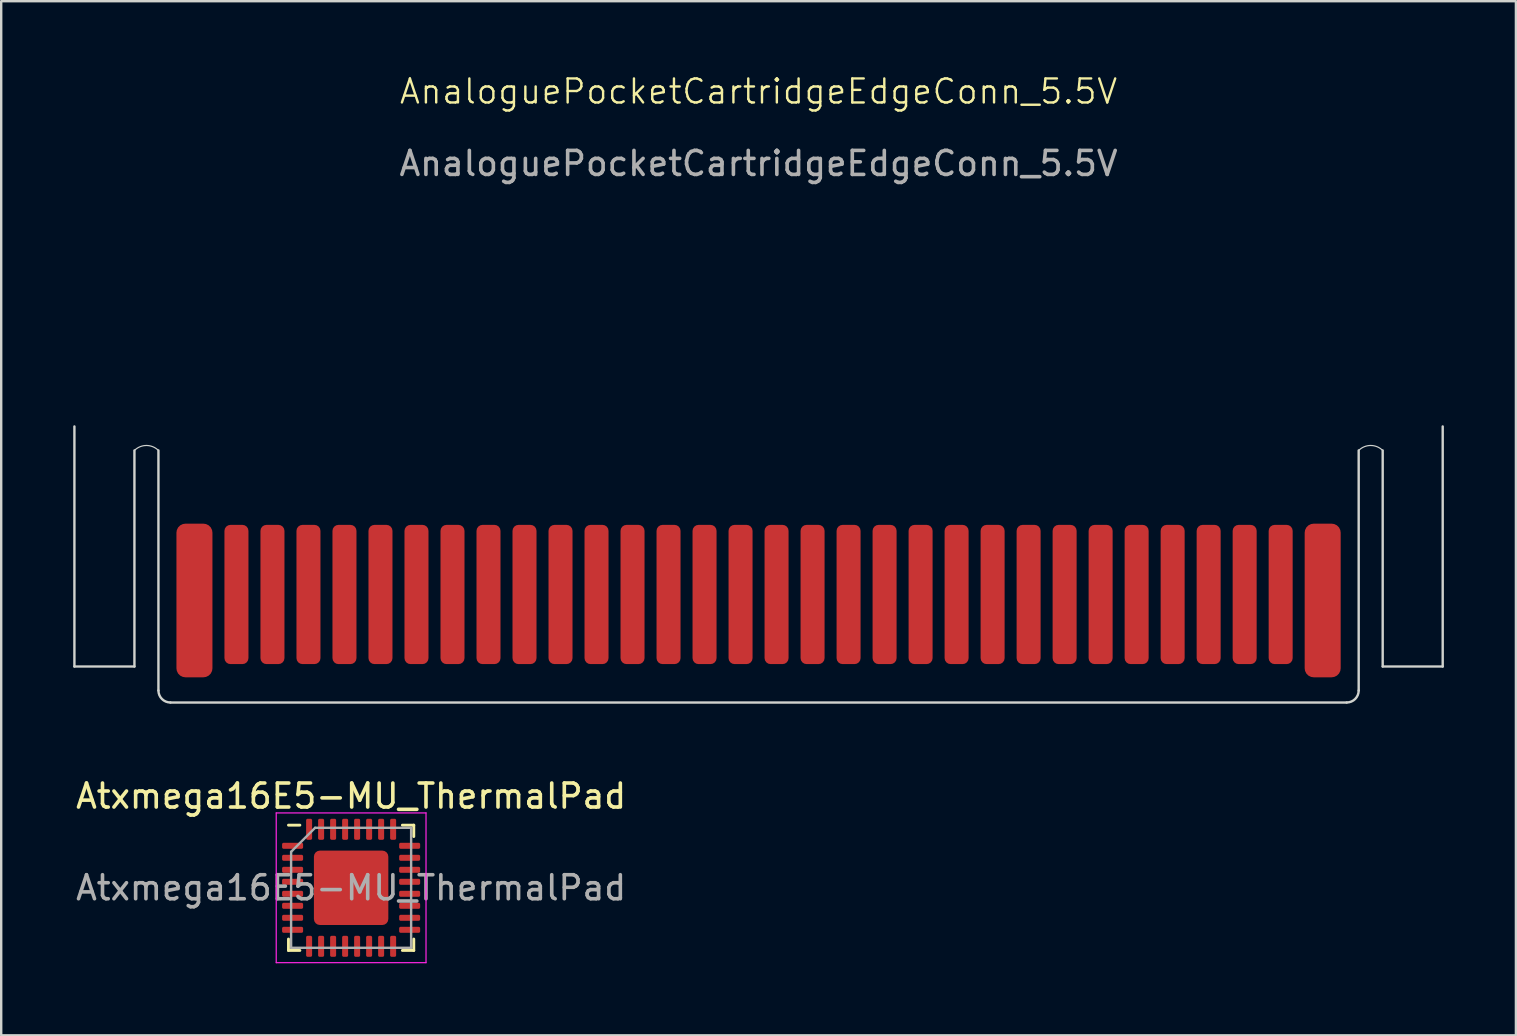
<source format=kicad_pcb>
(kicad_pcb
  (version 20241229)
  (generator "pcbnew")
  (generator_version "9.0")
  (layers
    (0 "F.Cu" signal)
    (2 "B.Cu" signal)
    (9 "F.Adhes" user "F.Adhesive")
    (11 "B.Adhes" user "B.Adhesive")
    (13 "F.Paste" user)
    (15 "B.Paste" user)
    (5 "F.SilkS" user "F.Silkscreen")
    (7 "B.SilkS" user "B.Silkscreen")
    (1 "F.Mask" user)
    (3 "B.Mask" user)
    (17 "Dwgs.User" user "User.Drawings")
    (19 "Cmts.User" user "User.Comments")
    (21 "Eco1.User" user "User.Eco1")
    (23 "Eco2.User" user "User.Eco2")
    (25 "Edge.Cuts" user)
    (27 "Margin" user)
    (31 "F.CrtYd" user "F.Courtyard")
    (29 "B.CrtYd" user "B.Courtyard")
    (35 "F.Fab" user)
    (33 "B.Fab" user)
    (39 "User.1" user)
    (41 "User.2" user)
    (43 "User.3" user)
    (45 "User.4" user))
  (footprint "AnaloguePocketCartridgeEdgeConn_5.5V"
    (layer "F.Cu")
    (at 28.55 21.715)
    (property "Reference" "AnaloguePocketCartridgeEdgeConn_5.5V" (at 0 -20.955 0) (unlocked yes) (layer "F.SilkS") (effects (font (size 1 1) (thickness 0.1))))
    (attr smd)
    (fp_line (start -28.5 3) (end -28.5 -7) (stroke (width 0.1) (type default)) (layer "Edge.Cuts"))
    (fp_line (start -26 -6) (end -26 3) (stroke (width 0.1) (type default)) (layer "Edge.Cuts"))
    (fp_line (start -26 3) (end -28.5 3) (stroke (width 0.1) (type default)) (layer "Edge.Cuts"))
    (fp_line (start -25 4) (end -25 -6) (stroke (width 0.1) (type default)) (layer "Edge.Cuts"))
    (fp_line (start -24.5 4.5) (end 24.5 4.5) (stroke (width 0.1) (type default)) (layer "Edge.Cuts"))
    (fp_line (start 25 4) (end 25 -6) (stroke (width 0.1) (type default)) (layer "Edge.Cuts"))
    (fp_line (start 26 -6) (end 26 3) (stroke (width 0.1) (type default)) (layer "Edge.Cuts"))
    (fp_line (start 26 3) (end 28.5 3) (stroke (width 0.1) (type default)) (layer "Edge.Cuts"))
    (fp_line (start 28.5 3) (end 28.5 -7) (stroke (width 0.1) (type default)) (layer "Edge.Cuts"))
    (fp_arc (start -25.999999 -5.999999) (mid -25.5 -6.207105) (end -25.000001 -5.999999) (stroke (width 0.05) (type default)) (layer "Edge.Cuts"))
    (fp_arc (start -24.5 4.5) (mid -24.853553 4.353553) (end -25 4) (stroke (width 0.1) (type default)) (layer "Edge.Cuts"))
    (fp_arc (start 25 4) (mid 24.853553 4.353553) (end 24.5 4.5) (stroke (width 0.1) (type default)) (layer "Edge.Cuts"))
    (fp_arc (start 25.000001 -5.999999) (mid 25.5 -6.207105) (end 25.999999 -5.999999) (stroke (width 0.05) (type default)) (layer "Edge.Cuts"))
    (fp_text user "${REFERENCE}" (at 0 -17.955 0) (unlocked yes) (layer "F.Fab") (effects (font (size 1 1) (thickness 0.15))))
    (pad "1" smd roundrect (at -23.5 0.25 90) (size 6.4 1.5) (layers "F.Cu" "F.Mask") (roundrect_rratio 0.25))
    (pad "2" smd roundrect (at -21.75 0 90) (size 5.8 1) (layers "F.Cu" "F.Mask") (roundrect_rratio 0.25))
    (pad "3" smd roundrect (at -20.25 0 90) (size 5.8 1) (layers "F.Cu" "F.Mask") (roundrect_rratio 0.25))
    (pad "4" smd roundrect (at -18.75 0 90) (size 5.8 1) (layers "F.Cu" "F.Mask") (roundrect_rratio 0.25))
    (pad "5" smd roundrect (at -17.25 0 90) (size 5.8 1) (layers "F.Cu" "F.Mask") (roundrect_rratio 0.25))
    (pad "6" smd roundrect (at -15.75 0 90) (size 5.8 1) (layers "F.Cu" "F.Mask") (roundrect_rratio 0.25))
    (pad "7" smd roundrect (at -14.25 0 90) (size 5.8 1) (layers "F.Cu" "F.Mask") (roundrect_rratio 0.25))
    (pad "8" smd roundrect (at -12.75 0 90) (size 5.8 1) (layers "F.Cu" "F.Mask") (roundrect_rratio 0.25))
    (pad "9" smd roundrect (at -11.25 0 90) (size 5.8 1) (layers "F.Cu" "F.Mask") (roundrect_rratio 0.25))
    (pad "10" smd roundrect (at -9.75 0 90) (size 5.8 1) (layers "F.Cu" "F.Mask") (roundrect_rratio 0.25))
    (pad "11" smd roundrect (at -8.25 0 90) (size 5.8 1) (layers "F.Cu" "F.Mask") (roundrect_rratio 0.25))
    (pad "12" smd roundrect (at -6.75 0 90) (size 5.8 1) (layers "F.Cu" "F.Mask") (roundrect_rratio 0.25))
    (pad "13" smd roundrect (at -5.25 0 90) (size 5.8 1) (layers "F.Cu" "F.Mask") (roundrect_rratio 0.25))
    (pad "14" smd roundrect (at -3.75 0 90) (size 5.8 1) (layers "F.Cu" "F.Mask") (roundrect_rratio 0.25))
    (pad "15" smd roundrect (at -2.25 0 90) (size 5.8 1) (layers "F.Cu" "F.Mask") (roundrect_rratio 0.25))
    (pad "16" smd roundrect (at -0.75 0 90) (size 5.8 1) (layers "F.Cu" "F.Mask") (roundrect_rratio 0.25))
    (pad "17" smd roundrect (at 0.75 0 90) (size 5.8 1) (layers "F.Cu" "F.Mask") (roundrect_rratio 0.25))
    (pad "18" smd roundrect (at 2.25 0 90) (size 5.8 1) (layers "F.Cu" "F.Mask") (roundrect_rratio 0.25))
    (pad "19" smd roundrect (at 3.75 0 90) (size 5.8 1) (layers "F.Cu" "F.Mask") (roundrect_rratio 0.25))
    (pad "20" smd roundrect (at 5.25 0 90) (size 5.8 1) (layers "F.Cu" "F.Mask") (roundrect_rratio 0.25))
    (pad "21" smd roundrect (at 6.75 0 90) (size 5.8 1) (layers "F.Cu" "F.Mask") (roundrect_rratio 0.25))
    (pad "22" smd roundrect (at 8.25 0 90) (size 5.8 1) (layers "F.Cu" "F.Mask") (roundrect_rratio 0.25))
    (pad "23" smd roundrect (at 9.75 0 90) (size 5.8 1) (layers "F.Cu" "F.Mask") (roundrect_rratio 0.25))
    (pad "24" smd roundrect (at 11.25 0 90) (size 5.8 1) (layers "F.Cu" "F.Mask") (roundrect_rratio 0.25))
    (pad "25" smd roundrect (at 12.75 0 90) (size 5.8 1) (layers "F.Cu" "F.Mask") (roundrect_rratio 0.25))
    (pad "26" smd roundrect (at 14.25 0 90) (size 5.8 1) (layers "F.Cu" "F.Mask") (roundrect_rratio 0.25))
    (pad "27" smd roundrect (at 15.75 0 90) (size 5.8 1) (layers "F.Cu" "F.Mask") (roundrect_rratio 0.25))
    (pad "28" smd roundrect (at 17.25 0 90) (size 5.8 1) (layers "F.Cu" "F.Mask") (roundrect_rratio 0.25))
    (pad "29" smd roundrect (at 18.75 0 90) (size 5.8 1) (layers "F.Cu" "F.Mask") (roundrect_rratio 0.25))
    (pad "30" smd roundrect (at 20.25 0 90) (size 5.8 1) (layers "F.Cu" "F.Mask") (roundrect_rratio 0.25))
    (pad "31" smd roundrect (at 21.75 0 90) (size 5.8 1) (layers "F.Cu" "F.Mask") (roundrect_rratio 0.25))
    (pad "32" smd roundrect (at 23.5 0.25 90) (size 6.4 1.5) (layers "F.Cu" "F.Mask") (roundrect_rratio 0.25)))
  (footprint "Atxmega16E5-MU_ThermalPad"
    (layer "F.Cu")
    (at 11.577 33.934)
    (property "Reference" "Atxmega16E5-MU_ThermalPad" (at 0 -3.82 0) (layer "F.SilkS") (effects (font (size 1 1) (thickness 0.15))))
    (attr smd)
    (fp_line (start -2.61 2.61) (end -2.61 2.135) (stroke (width 0.12) (type solid)) (layer "F.SilkS"))
    (fp_line (start -2.135 -2.61) (end -2.61 -2.61) (stroke (width 0.12) (type solid)) (layer "F.SilkS"))
    (fp_line (start -2.135 2.61) (end -2.61 2.61) (stroke (width 0.12) (type solid)) (layer "F.SilkS"))
    (fp_line (start 2.135 -2.61) (end 2.61 -2.61) (stroke (width 0.12) (type solid)) (layer "F.SilkS"))
    (fp_line (start 2.135 2.61) (end 2.61 2.61) (stroke (width 0.12) (type solid)) (layer "F.SilkS"))
    (fp_line (start 2.61 -2.61) (end 2.61 -2.135) (stroke (width 0.12) (type solid)) (layer "F.SilkS"))
    (fp_line (start 2.61 2.61) (end 2.61 2.135) (stroke (width 0.12) (type solid)) (layer "F.SilkS"))
    (fp_line (start -3.12 -3.12) (end -3.12 3.12) (stroke (width 0.05) (type solid)) (layer "F.CrtYd"))
    (fp_line (start -3.12 3.12) (end 3.12 3.12) (stroke (width 0.05) (type solid)) (layer "F.CrtYd"))
    (fp_line (start 3.12 -3.12) (end -3.12 -3.12) (stroke (width 0.05) (type solid)) (layer "F.CrtYd"))
    (fp_line (start 3.12 3.12) (end 3.12 -3.12) (stroke (width 0.05) (type solid)) (layer "F.CrtYd"))
    (fp_line (start -2.5 -1.5) (end -1.5 -2.5) (stroke (width 0.1) (type solid)) (layer "F.Fab"))
    (fp_line (start -2.5 2.5) (end -2.5 -1.5) (stroke (width 0.1) (type solid)) (layer "F.Fab"))
    (fp_line (start -1.5 -2.5) (end 2.5 -2.5) (stroke (width 0.1) (type solid)) (layer "F.Fab"))
    (fp_line (start 2.5 -2.5) (end 2.5 2.5) (stroke (width 0.1) (type solid)) (layer "F.Fab"))
    (fp_line (start 2.5 2.5) (end -2.5 2.5) (stroke (width 0.1) (type solid)) (layer "F.Fab"))
    (fp_text user "${REFERENCE}" (at 0 0 0) (layer "F.Fab") (effects (font (size 1 1) (thickness 0.15))))
    (pad "" smd roundrect (at -1.03 -1.03) (size 0.83 0.83) (layers "F.Paste") (roundrect_rratio 0.25))
    (pad "" smd roundrect (at -1.03 0) (size 0.83 0.83) (layers "F.Paste") (roundrect_rratio 0.25))
    (pad "" smd roundrect (at -1.03 1.03) (size 0.83 0.83) (layers "F.Paste") (roundrect_rratio 0.25))
    (pad "" smd roundrect (at 0 -1.03) (size 0.83 0.83) (layers "F.Paste") (roundrect_rratio 0.25))
    (pad "" smd roundrect (at 0 0) (size 0.83 0.83) (layers "F.Paste") (roundrect_rratio 0.25))
    (pad "" smd roundrect (at 0 1.03) (size 0.83 0.83) (layers "F.Paste") (roundrect_rratio 0.25))
    (pad "" smd roundrect (at 1.03 -1.03) (size 0.83 0.83) (layers "F.Paste") (roundrect_rratio 0.25))
    (pad "" smd roundrect (at 1.03 0) (size 0.83 0.83) (layers "F.Paste") (roundrect_rratio 0.25))
    (pad "" smd roundrect (at 1.03 1.03) (size 0.83 0.83) (layers "F.Paste") (roundrect_rratio 0.25))
    (pad "1" smd roundrect (at -2.438 -1.75) (size 0.875 0.25) (layers "F.Cu" "F.Mask" "F.Paste") (roundrect_rratio 0.25))
    (pad "2" smd roundrect (at -2.438 -1.25) (size 0.875 0.25) (layers "F.Cu" "F.Mask" "F.Paste") (roundrect_rratio 0.25))
    (pad "3" smd roundrect (at -2.438 -0.75) (size 0.875 0.25) (layers "F.Cu" "F.Mask" "F.Paste") (roundrect_rratio 0.25))
    (pad "4" smd roundrect (at -2.438 -0.25) (size 0.875 0.25) (layers "F.Cu" "F.Mask" "F.Paste") (roundrect_rratio 0.25))
    (pad "5" smd roundrect (at -2.438 0.25) (size 0.875 0.25) (layers "F.Cu" "F.Mask" "F.Paste") (roundrect_rratio 0.25))
    (pad "6" smd roundrect (at -2.438 0.75) (size 0.875 0.25) (layers "F.Cu" "F.Mask" "F.Paste") (roundrect_rratio 0.25))
    (pad "7" smd roundrect (at -2.438 1.25) (size 0.875 0.25) (layers "F.Cu" "F.Mask" "F.Paste") (roundrect_rratio 0.25))
    (pad "8" smd roundrect (at -2.438 1.75) (size 0.875 0.25) (layers "F.Cu" "F.Mask" "F.Paste") (roundrect_rratio 0.25))
    (pad "9" smd roundrect (at -1.75 2.438) (size 0.25 0.875) (layers "F.Cu" "F.Mask" "F.Paste") (roundrect_rratio 0.25))
    (pad "10" smd roundrect (at -1.25 2.438) (size 0.25 0.875) (layers "F.Cu" "F.Mask" "F.Paste") (roundrect_rratio 0.25))
    (pad "11" smd roundrect (at -0.75 2.438) (size 0.25 0.875) (layers "F.Cu" "F.Mask" "F.Paste") (roundrect_rratio 0.25))
    (pad "12" smd roundrect (at -0.25 2.438) (size 0.25 0.875) (layers "F.Cu" "F.Mask" "F.Paste") (roundrect_rratio 0.25))
    (pad "13" smd roundrect (at 0.25 2.438) (size 0.25 0.875) (layers "F.Cu" "F.Mask" "F.Paste") (roundrect_rratio 0.25))
    (pad "14" smd roundrect (at 0.75 2.438) (size 0.25 0.875) (layers "F.Cu" "F.Mask" "F.Paste") (roundrect_rratio 0.25))
    (pad "15" smd roundrect (at 1.25 2.438) (size 0.25 0.875) (layers "F.Cu" "F.Mask" "F.Paste") (roundrect_rratio 0.25))
    (pad "16" smd roundrect (at 1.75 2.438) (size 0.25 0.875) (layers "F.Cu" "F.Mask" "F.Paste") (roundrect_rratio 0.25))
    (pad "17" smd roundrect (at 2.438 1.75) (size 0.875 0.25) (layers "F.Cu" "F.Mask" "F.Paste") (roundrect_rratio 0.25))
    (pad "18" smd roundrect (at 2.438 1.25) (size 0.875 0.25) (layers "F.Cu" "F.Mask" "F.Paste") (roundrect_rratio 0.25))
    (pad "19" smd roundrect (at 2.438 0.75) (size 0.875 0.25) (layers "F.Cu" "F.Mask" "F.Paste") (roundrect_rratio 0.25))
    (pad "20" smd roundrect (at 2.438 0.25) (size 0.875 0.25) (layers "F.Cu" "F.Mask" "F.Paste") (roundrect_rratio 0.25))
    (pad "21" smd roundrect (at 2.438 -0.25) (size 0.875 0.25) (layers "F.Cu" "F.Mask" "F.Paste") (roundrect_rratio 0.25))
    (pad "22" smd roundrect (at 2.438 -0.75) (size 0.875 0.25) (layers "F.Cu" "F.Mask" "F.Paste") (roundrect_rratio 0.25))
    (pad "23" smd roundrect (at 2.438 -1.25) (size 0.875 0.25) (layers "F.Cu" "F.Mask" "F.Paste") (roundrect_rratio 0.25))
    (pad "24" smd roundrect (at 2.438 -1.75) (size 0.875 0.25) (layers "F.Cu" "F.Mask" "F.Paste") (roundrect_rratio 0.25))
    (pad "25" smd roundrect (at 1.75 -2.438) (size 0.25 0.875) (layers "F.Cu" "F.Mask" "F.Paste") (roundrect_rratio 0.25))
    (pad "26" smd roundrect (at 1.25 -2.438) (size 0.25 0.875) (layers "F.Cu" "F.Mask" "F.Paste") (roundrect_rratio 0.25))
    (pad "27" smd roundrect (at 0.75 -2.438) (size 0.25 0.875) (layers "F.Cu" "F.Mask" "F.Paste") (roundrect_rratio 0.25))
    (pad "28" smd roundrect (at 0.25 -2.438) (size 0.25 0.875) (layers "F.Cu" "F.Mask" "F.Paste") (roundrect_rratio 0.25))
    (pad "29" smd roundrect (at -0.25 -2.438) (size 0.25 0.875) (layers "F.Cu" "F.Mask" "F.Paste") (roundrect_rratio 0.25))
    (pad "30" smd roundrect (at -0.75 -2.438) (size 0.25 0.875) (layers "F.Cu" "F.Mask" "F.Paste") (roundrect_rratio 0.25))
    (pad "31" smd roundrect (at -1.25 -2.438) (size 0.25 0.875) (layers "F.Cu" "F.Mask" "F.Paste") (roundrect_rratio 0.25))
    (pad "32" smd roundrect (at -1.75 -2.438) (size 0.25 0.875) (layers "F.Cu" "F.Mask" "F.Paste") (roundrect_rratio 0.25))
    (pad "33" smd roundrect (at 0 0) (size 3.1 3.1) (layers "F.Cu" "F.Mask") (roundrect_rratio 0.081)))
  (gr_rect
    (start -3 -3)
    (end 60.1 40.079)
    (stroke (width 0.1) (type default))
    (fill no)
    (layer "Edge.Cuts")))
</source>
